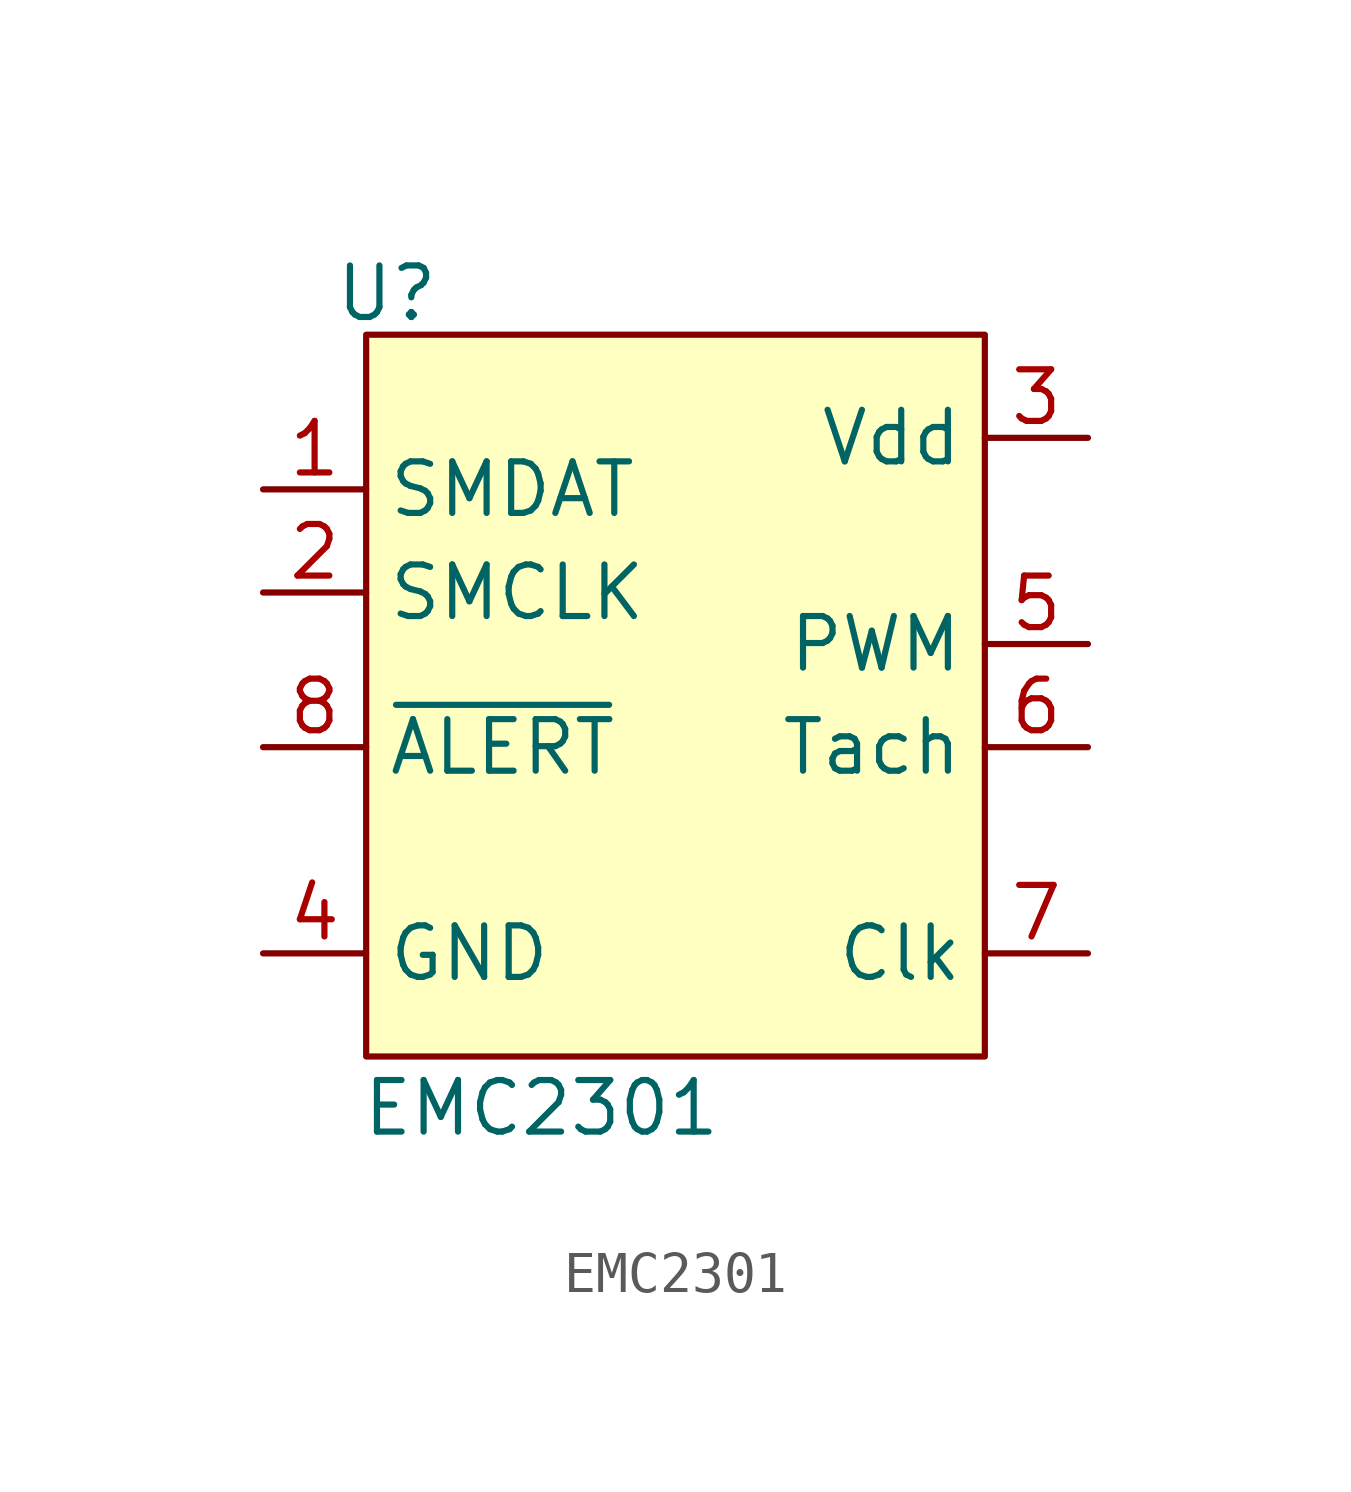
<source format=kicad_sym>
(kicad_symbol_lib
  (version 20231120)
  (generator "kicad_symbol_editor")
  (generator_version "8.0")
  (symbol "EMC2301"
    (property "Reference" "U"
      (at -7.112 9.906 0)
      (effects (font (size 1.27 1.27))))
    (property "Value" "EMC2301"
      (at -3.302 -10.16 0)
      (effects (font (size 1.27 1.27))))
    (symbol "EMC2301_1_1"
      (rectangle (start -7.62 8.89) (end 7.62 -8.89) (stroke (width 0) (type default)) (fill (type background)))
      (pin bidirectional line (at -10.16 5.08 0) (length 2.54) (name "SMDAT" (effects (font (size 1.27 1.27)))) (number "1" (effects (font (size 1.27 1.27)))))
      (pin input line (at -10.16 2.54 0) (length 2.54) (name "SMCLK" (effects (font (size 1.27 1.27)))) (number "2" (effects (font (size 1.27 1.27)))))
      (pin power_in line (at 10.16 6.35 180) (length 2.54) (name "Vdd" (effects (font (size 1.27 1.27)))) (number "3" (effects (font (size 1.27 1.27)))))
      (pin passive line (at -10.16 -6.35 0) (length 2.54) (name "GND" (effects (font (size 1.27 1.27)))) (number "4" (effects (font (size 1.27 1.27)))))
      (pin output line (at 10.16 1.27 180) (length 2.54) (name "PWM" (effects (font (size 1.27 1.27)))) (number "5" (effects (font (size 1.27 1.27)))))
      (pin input line (at 10.16 -1.27 180) (length 2.54) (name "Tach" (effects (font (size 1.27 1.27)))) (number "6" (effects (font (size 1.27 1.27)))))
      (pin output line (at 10.16 -6.35 180) (length 2.54) (name "Clk" (effects (font (size 1.27 1.27)))) (number "7" (effects (font (size 1.27 1.27)))))
      (pin output line (at -10.16 -1.27 0) (length 2.54) (name "~{ALERT}" (effects (font (size 1.27 1.27)))) (number "8" (effects (font (size 1.27 1.27))))))))
</source>
